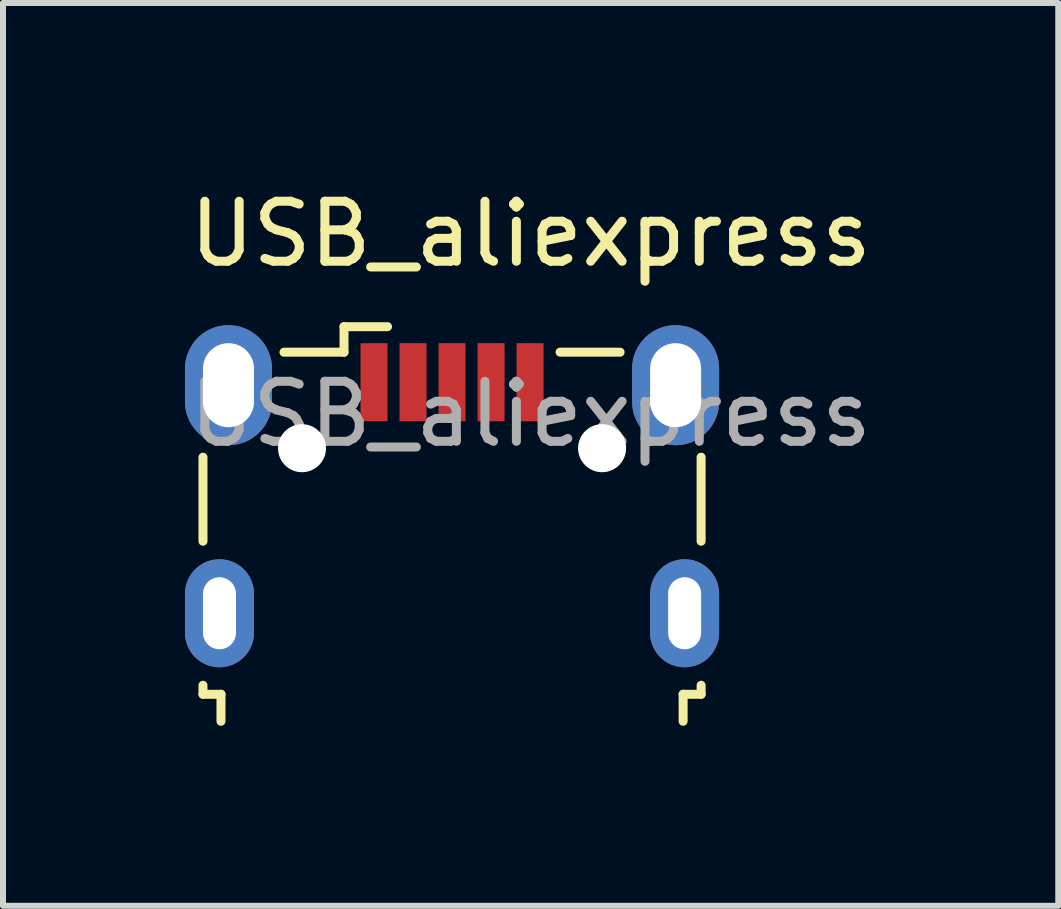
<source format=kicad_pcb>
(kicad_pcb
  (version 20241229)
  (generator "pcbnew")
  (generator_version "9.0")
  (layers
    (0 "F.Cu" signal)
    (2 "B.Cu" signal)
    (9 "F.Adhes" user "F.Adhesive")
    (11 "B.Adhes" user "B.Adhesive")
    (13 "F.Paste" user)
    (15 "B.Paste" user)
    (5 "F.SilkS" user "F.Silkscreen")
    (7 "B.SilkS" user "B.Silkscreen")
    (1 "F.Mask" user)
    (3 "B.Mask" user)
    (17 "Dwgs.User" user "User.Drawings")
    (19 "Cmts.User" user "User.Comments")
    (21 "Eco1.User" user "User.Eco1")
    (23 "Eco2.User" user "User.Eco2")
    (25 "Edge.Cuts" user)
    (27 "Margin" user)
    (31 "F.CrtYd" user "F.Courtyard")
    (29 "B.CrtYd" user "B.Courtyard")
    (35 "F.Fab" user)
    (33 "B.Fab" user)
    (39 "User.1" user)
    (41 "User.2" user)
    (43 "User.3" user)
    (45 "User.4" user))
  (footprint "USB_aliexpress"
    (layer "F.Cu")
    (at 5.792 1.348)
    (property "Reference" "USB_aliexpress" (at 0 -0.5 0) (unlocked yes) (layer "F.SilkS") (effects (font (size 1 1) (thickness 0.15))))
    (attr smd)
    (fp_line (start -5.46 3.22) (end -5.46 4.62) (stroke (width 0.15) (type solid)) (layer "F.SilkS"))
    (fp_line (start -5.46 7.02) (end -5.46 7.17) (stroke (width 0.15) (type solid)) (layer "F.SilkS"))
    (fp_line (start -5.46 7.17) (end -5.16 7.17) (stroke (width 0.15) (type solid)) (layer "F.SilkS"))
    (fp_line (start -5.16 7.17) (end -5.16 7.62) (stroke (width 0.15) (type solid)) (layer "F.SilkS"))
    (fp_line (start -3.11 1.045) (end -3.11 1.47) (stroke (width 0.15) (type solid)) (layer "F.SilkS"))
    (fp_line (start -3.11 1.47) (end -4.11 1.47) (stroke (width 0.15) (type solid)) (layer "F.SilkS"))
    (fp_line (start -2.385 1.045) (end -3.11 1.045) (stroke (width 0.15) (type solid)) (layer "F.SilkS"))
    (fp_line (start 0.49 1.47) (end 1.49 1.47) (stroke (width 0.15) (type solid)) (layer "F.SilkS"))
    (fp_line (start 2.54 7.17) (end 2.84 7.17) (stroke (width 0.15) (type solid)) (layer "F.SilkS"))
    (fp_line (start 2.54 7.62) (end 2.54 7.17) (stroke (width 0.15) (type solid)) (layer "F.SilkS"))
    (fp_line (start 2.84 4.62) (end 2.84 3.22) (stroke (width 0.15) (type solid)) (layer "F.SilkS"))
    (fp_line (start 2.84 7.17) (end 2.84 7.02) (stroke (width 0.15) (type solid)) (layer "F.SilkS"))
    (fp_text user "${REFERENCE}" (at 0 2.5 0) (unlocked yes) (layer "F.Fab") (effects (font (size 1 1) (thickness 0.15))))
    (pad "" np_thru_hole oval (at -3.81 3.07) (size 0.8 0.8) (drill 0.8) (layers "*.Cu" "*.Mask"))
    (pad "" np_thru_hole oval (at 1.19 3.07) (size 0.8 0.8) (drill 0.8) (layers "*.Cu" "*.Mask"))
    (pad "1" smd rect (at -2.61 1.97) (size 0.45 1.3) (layers "F.Cu" "F.Mask" "F.Paste"))
    (pad "2" smd rect (at -1.96 1.97) (size 0.45 1.3) (layers "F.Cu" "F.Mask" "F.Paste"))
    (pad "3" smd rect (at -1.31 1.97) (size 0.45 1.3) (layers "F.Cu" "F.Mask" "F.Paste"))
    (pad "4" smd rect (at -0.66 1.97) (size 0.45 1.3) (layers "F.Cu" "F.Mask" "F.Paste"))
    (pad "5" smd rect (at -0.01 1.97) (size 0.45 1.3) (layers "F.Cu" "F.Mask" "F.Paste"))
    (pad "6" thru_hole oval (at -5.185 5.82) (size 1.15 1.8) (drill oval 0.55 1.2) (layers "*.Cu" "*.Mask"))
    (pad "6" thru_hole oval (at -5.035 2.02) (size 1.45 2) (drill oval 0.85 1.4) (layers "*.Cu" "*.Mask"))
    (pad "6" thru_hole oval (at 2.415 2.02) (size 1.45 2) (drill oval 0.85 1.4) (layers "*.Cu" "*.Mask"))
    (pad "6" thru_hole oval (at 2.565 5.82) (size 1.15 1.8) (drill oval 0.55 1.2) (layers "*.Cu" "*.Mask")))
  (gr_rect
    (start -3 -3)
    (end 14.583 12.043)
    (stroke (width 0.1) (type default))
    (fill no)
    (layer "Edge.Cuts")))
</source>
